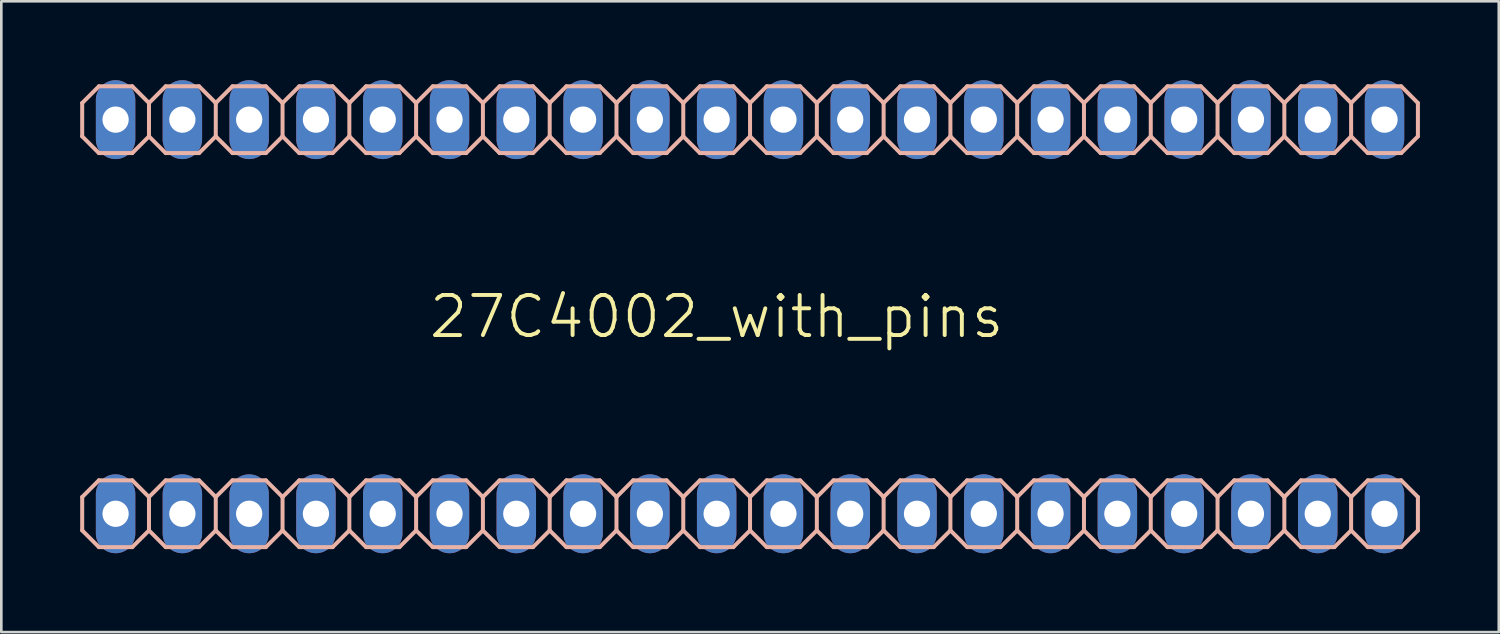
<source format=kicad_pcb>
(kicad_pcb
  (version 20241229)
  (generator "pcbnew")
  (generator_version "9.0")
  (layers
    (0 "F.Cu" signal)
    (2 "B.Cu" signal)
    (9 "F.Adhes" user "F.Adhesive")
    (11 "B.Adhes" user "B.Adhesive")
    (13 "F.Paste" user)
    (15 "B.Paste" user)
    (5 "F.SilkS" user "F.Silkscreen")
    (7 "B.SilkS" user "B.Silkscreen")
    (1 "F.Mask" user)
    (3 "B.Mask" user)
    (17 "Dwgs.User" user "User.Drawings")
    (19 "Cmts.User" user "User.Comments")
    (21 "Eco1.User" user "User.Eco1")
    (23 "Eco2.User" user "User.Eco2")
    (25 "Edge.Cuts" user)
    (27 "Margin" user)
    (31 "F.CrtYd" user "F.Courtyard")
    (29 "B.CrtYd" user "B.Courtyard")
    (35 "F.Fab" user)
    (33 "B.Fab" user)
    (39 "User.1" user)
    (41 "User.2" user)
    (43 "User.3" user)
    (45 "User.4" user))
  (footprint "27C4002_with_pins"
    (layer "F.Cu")
    (at 24.206 8.995)
    (property "Reference" "27C4002_with_pins" (at 0 0 0) (layer "F.SilkS") (effects (font (size 1.524 1.524) (thickness 0.15))))
    (attr through_hole)
    (fp_line (start -24.13 -8.128) (end -24.13 -6.858) (stroke (width 0.152) (type solid)) (layer "B.SilkS"))
    (fp_line (start -24.13 -6.858) (end -23.495 -6.223) (stroke (width 0.152) (type solid)) (layer "B.SilkS"))
    (fp_line (start -24.13 6.858) (end -24.13 8.128) (stroke (width 0.152) (type solid)) (layer "B.SilkS"))
    (fp_line (start -24.13 8.128) (end -23.495 8.763) (stroke (width 0.152) (type solid)) (layer "B.SilkS"))
    (fp_line (start -23.495 -8.763) (end -24.13 -8.128) (stroke (width 0.152) (type solid)) (layer "B.SilkS"))
    (fp_line (start -23.495 -8.763) (end -22.225 -8.763) (stroke (width 0.152) (type solid)) (layer "B.SilkS"))
    (fp_line (start -23.495 6.223) (end -24.13 6.858) (stroke (width 0.152) (type solid)) (layer "B.SilkS"))
    (fp_line (start -23.495 6.223) (end -22.225 6.223) (stroke (width 0.152) (type solid)) (layer "B.SilkS"))
    (fp_line (start -22.225 -8.763) (end -21.59 -8.128) (stroke (width 0.152) (type solid)) (layer "B.SilkS"))
    (fp_line (start -22.225 -6.223) (end -23.495 -6.223) (stroke (width 0.152) (type solid)) (layer "B.SilkS"))
    (fp_line (start -22.225 6.223) (end -21.59 6.858) (stroke (width 0.152) (type solid)) (layer "B.SilkS"))
    (fp_line (start -22.225 8.763) (end -23.495 8.763) (stroke (width 0.152) (type solid)) (layer "B.SilkS"))
    (fp_line (start -21.59 -8.128) (end -21.59 -6.858) (stroke (width 0.152) (type solid)) (layer "B.SilkS"))
    (fp_line (start -21.59 -8.128) (end -20.955 -8.763) (stroke (width 0.152) (type solid)) (layer "B.SilkS"))
    (fp_line (start -21.59 -6.858) (end -22.225 -6.223) (stroke (width 0.152) (type solid)) (layer "B.SilkS"))
    (fp_line (start -21.59 6.858) (end -21.59 8.128) (stroke (width 0.152) (type solid)) (layer "B.SilkS"))
    (fp_line (start -21.59 6.858) (end -20.955 6.223) (stroke (width 0.152) (type solid)) (layer "B.SilkS"))
    (fp_line (start -21.59 8.128) (end -22.225 8.763) (stroke (width 0.152) (type solid)) (layer "B.SilkS"))
    (fp_line (start -20.955 -8.763) (end -19.685 -8.763) (stroke (width 0.152) (type solid)) (layer "B.SilkS"))
    (fp_line (start -20.955 -6.223) (end -21.59 -6.858) (stroke (width 0.152) (type solid)) (layer "B.SilkS"))
    (fp_line (start -20.955 6.223) (end -19.685 6.223) (stroke (width 0.152) (type solid)) (layer "B.SilkS"))
    (fp_line (start -20.955 8.763) (end -21.59 8.128) (stroke (width 0.152) (type solid)) (layer "B.SilkS"))
    (fp_line (start -19.685 -8.763) (end -19.05 -8.128) (stroke (width 0.152) (type solid)) (layer "B.SilkS"))
    (fp_line (start -19.685 -6.223) (end -20.955 -6.223) (stroke (width 0.152) (type solid)) (layer "B.SilkS"))
    (fp_line (start -19.685 6.223) (end -19.05 6.858) (stroke (width 0.152) (type solid)) (layer "B.SilkS"))
    (fp_line (start -19.685 8.763) (end -20.955 8.763) (stroke (width 0.152) (type solid)) (layer "B.SilkS"))
    (fp_line (start -19.05 -8.128) (end -19.05 -6.858) (stroke (width 0.152) (type solid)) (layer "B.SilkS"))
    (fp_line (start -19.05 -8.128) (end -18.415 -8.763) (stroke (width 0.152) (type solid)) (layer "B.SilkS"))
    (fp_line (start -19.05 -6.858) (end -19.685 -6.223) (stroke (width 0.152) (type solid)) (layer "B.SilkS"))
    (fp_line (start -19.05 6.858) (end -19.05 8.128) (stroke (width 0.152) (type solid)) (layer "B.SilkS"))
    (fp_line (start -19.05 6.858) (end -18.415 6.223) (stroke (width 0.152) (type solid)) (layer "B.SilkS"))
    (fp_line (start -19.05 8.128) (end -19.685 8.763) (stroke (width 0.152) (type solid)) (layer "B.SilkS"))
    (fp_line (start -18.415 -8.763) (end -17.145 -8.763) (stroke (width 0.152) (type solid)) (layer "B.SilkS"))
    (fp_line (start -18.415 -6.223) (end -19.05 -6.858) (stroke (width 0.152) (type solid)) (layer "B.SilkS"))
    (fp_line (start -18.415 6.223) (end -17.145 6.223) (stroke (width 0.152) (type solid)) (layer "B.SilkS"))
    (fp_line (start -18.415 8.763) (end -19.05 8.128) (stroke (width 0.152) (type solid)) (layer "B.SilkS"))
    (fp_line (start -17.145 -8.763) (end -16.51 -8.128) (stroke (width 0.152) (type solid)) (layer "B.SilkS"))
    (fp_line (start -17.145 -6.223) (end -18.415 -6.223) (stroke (width 0.152) (type solid)) (layer "B.SilkS"))
    (fp_line (start -17.145 6.223) (end -16.51 6.858) (stroke (width 0.152) (type solid)) (layer "B.SilkS"))
    (fp_line (start -17.145 8.763) (end -18.415 8.763) (stroke (width 0.152) (type solid)) (layer "B.SilkS"))
    (fp_line (start -16.51 -8.128) (end -16.51 -6.858) (stroke (width 0.152) (type solid)) (layer "B.SilkS"))
    (fp_line (start -16.51 -6.858) (end -17.145 -6.223) (stroke (width 0.152) (type solid)) (layer "B.SilkS"))
    (fp_line (start -16.51 -6.858) (end -15.875 -6.223) (stroke (width 0.152) (type solid)) (layer "B.SilkS"))
    (fp_line (start -16.51 6.858) (end -16.51 8.128) (stroke (width 0.152) (type solid)) (layer "B.SilkS"))
    (fp_line (start -16.51 8.128) (end -17.145 8.763) (stroke (width 0.152) (type solid)) (layer "B.SilkS"))
    (fp_line (start -16.51 8.128) (end -15.875 8.763) (stroke (width 0.152) (type solid)) (layer "B.SilkS"))
    (fp_line (start -15.875 -8.763) (end -16.51 -8.128) (stroke (width 0.152) (type solid)) (layer "B.SilkS"))
    (fp_line (start -15.875 -8.763) (end -14.605 -8.763) (stroke (width 0.152) (type solid)) (layer "B.SilkS"))
    (fp_line (start -15.875 6.223) (end -16.51 6.858) (stroke (width 0.152) (type solid)) (layer "B.SilkS"))
    (fp_line (start -15.875 6.223) (end -14.605 6.223) (stroke (width 0.152) (type solid)) (layer "B.SilkS"))
    (fp_line (start -14.605 -8.763) (end -13.97 -8.128) (stroke (width 0.152) (type solid)) (layer "B.SilkS"))
    (fp_line (start -14.605 -6.223) (end -15.875 -6.223) (stroke (width 0.152) (type solid)) (layer "B.SilkS"))
    (fp_line (start -14.605 6.223) (end -13.97 6.858) (stroke (width 0.152) (type solid)) (layer "B.SilkS"))
    (fp_line (start -14.605 8.763) (end -15.875 8.763) (stroke (width 0.152) (type solid)) (layer "B.SilkS"))
    (fp_line (start -13.97 -8.128) (end -13.97 -6.858) (stroke (width 0.152) (type solid)) (layer "B.SilkS"))
    (fp_line (start -13.97 -8.128) (end -13.335 -8.763) (stroke (width 0.152) (type solid)) (layer "B.SilkS"))
    (fp_line (start -13.97 -6.858) (end -14.605 -6.223) (stroke (width 0.152) (type solid)) (layer "B.SilkS"))
    (fp_line (start -13.97 6.858) (end -13.97 8.128) (stroke (width 0.152) (type solid)) (layer "B.SilkS"))
    (fp_line (start -13.97 6.858) (end -13.335 6.223) (stroke (width 0.152) (type solid)) (layer "B.SilkS"))
    (fp_line (start -13.97 8.128) (end -14.605 8.763) (stroke (width 0.152) (type solid)) (layer "B.SilkS"))
    (fp_line (start -13.335 -8.763) (end -12.065 -8.763) (stroke (width 0.152) (type solid)) (layer "B.SilkS"))
    (fp_line (start -13.335 -6.223) (end -13.97 -6.858) (stroke (width 0.152) (type solid)) (layer "B.SilkS"))
    (fp_line (start -13.335 6.223) (end -12.065 6.223) (stroke (width 0.152) (type solid)) (layer "B.SilkS"))
    (fp_line (start -13.335 8.763) (end -13.97 8.128) (stroke (width 0.152) (type solid)) (layer "B.SilkS"))
    (fp_line (start -12.065 -8.763) (end -11.43 -8.128) (stroke (width 0.152) (type solid)) (layer "B.SilkS"))
    (fp_line (start -12.065 -6.223) (end -13.335 -6.223) (stroke (width 0.152) (type solid)) (layer "B.SilkS"))
    (fp_line (start -12.065 6.223) (end -11.43 6.858) (stroke (width 0.152) (type solid)) (layer "B.SilkS"))
    (fp_line (start -12.065 8.763) (end -13.335 8.763) (stroke (width 0.152) (type solid)) (layer "B.SilkS"))
    (fp_line (start -11.43 -8.128) (end -11.43 -6.858) (stroke (width 0.152) (type solid)) (layer "B.SilkS"))
    (fp_line (start -11.43 -8.128) (end -10.795 -8.763) (stroke (width 0.152) (type solid)) (layer "B.SilkS"))
    (fp_line (start -11.43 -6.858) (end -12.065 -6.223) (stroke (width 0.152) (type solid)) (layer "B.SilkS"))
    (fp_line (start -11.43 6.858) (end -11.43 8.128) (stroke (width 0.152) (type solid)) (layer "B.SilkS"))
    (fp_line (start -11.43 6.858) (end -10.795 6.223) (stroke (width 0.152) (type solid)) (layer "B.SilkS"))
    (fp_line (start -11.43 8.128) (end -12.065 8.763) (stroke (width 0.152) (type solid)) (layer "B.SilkS"))
    (fp_line (start -10.795 -8.763) (end -9.525 -8.763) (stroke (width 0.152) (type solid)) (layer "B.SilkS"))
    (fp_line (start -10.795 -6.223) (end -11.43 -6.858) (stroke (width 0.152) (type solid)) (layer "B.SilkS"))
    (fp_line (start -10.795 6.223) (end -9.525 6.223) (stroke (width 0.152) (type solid)) (layer "B.SilkS"))
    (fp_line (start -10.795 8.763) (end -11.43 8.128) (stroke (width 0.152) (type solid)) (layer "B.SilkS"))
    (fp_line (start -9.525 -8.763) (end -8.89 -8.128) (stroke (width 0.152) (type solid)) (layer "B.SilkS"))
    (fp_line (start -9.525 -6.223) (end -10.795 -6.223) (stroke (width 0.152) (type solid)) (layer "B.SilkS"))
    (fp_line (start -9.525 6.223) (end -8.89 6.858) (stroke (width 0.152) (type solid)) (layer "B.SilkS"))
    (fp_line (start -9.525 8.763) (end -10.795 8.763) (stroke (width 0.152) (type solid)) (layer "B.SilkS"))
    (fp_line (start -8.89 -8.128) (end -8.89 -6.858) (stroke (width 0.152) (type solid)) (layer "B.SilkS"))
    (fp_line (start -8.89 -6.858) (end -9.525 -6.223) (stroke (width 0.152) (type solid)) (layer "B.SilkS"))
    (fp_line (start -8.89 -6.858) (end -8.255 -6.223) (stroke (width 0.152) (type solid)) (layer "B.SilkS"))
    (fp_line (start -8.89 6.858) (end -8.89 8.128) (stroke (width 0.152) (type solid)) (layer "B.SilkS"))
    (fp_line (start -8.89 8.128) (end -9.525 8.763) (stroke (width 0.152) (type solid)) (layer "B.SilkS"))
    (fp_line (start -8.89 8.128) (end -8.255 8.763) (stroke (width 0.152) (type solid)) (layer "B.SilkS"))
    (fp_line (start -8.255 -8.763) (end -8.89 -8.128) (stroke (width 0.152) (type solid)) (layer "B.SilkS"))
    (fp_line (start -8.255 -8.763) (end -6.985 -8.763) (stroke (width 0.152) (type solid)) (layer "B.SilkS"))
    (fp_line (start -8.255 6.223) (end -8.89 6.858) (stroke (width 0.152) (type solid)) (layer "B.SilkS"))
    (fp_line (start -8.255 6.223) (end -6.985 6.223) (stroke (width 0.152) (type solid)) (layer "B.SilkS"))
    (fp_line (start -6.985 -8.763) (end -6.35 -8.128) (stroke (width 0.152) (type solid)) (layer "B.SilkS"))
    (fp_line (start -6.985 -6.223) (end -8.255 -6.223) (stroke (width 0.152) (type solid)) (layer "B.SilkS"))
    (fp_line (start -6.985 6.223) (end -6.35 6.858) (stroke (width 0.152) (type solid)) (layer "B.SilkS"))
    (fp_line (start -6.985 8.763) (end -8.255 8.763) (stroke (width 0.152) (type solid)) (layer "B.SilkS"))
    (fp_line (start -6.35 -8.128) (end -6.35 -6.858) (stroke (width 0.152) (type solid)) (layer "B.SilkS"))
    (fp_line (start -6.35 -8.128) (end -5.715 -8.763) (stroke (width 0.152) (type solid)) (layer "B.SilkS"))
    (fp_line (start -6.35 -6.858) (end -6.985 -6.223) (stroke (width 0.152) (type solid)) (layer "B.SilkS"))
    (fp_line (start -6.35 6.858) (end -6.35 8.128) (stroke (width 0.152) (type solid)) (layer "B.SilkS"))
    (fp_line (start -6.35 6.858) (end -5.715 6.223) (stroke (width 0.152) (type solid)) (layer "B.SilkS"))
    (fp_line (start -6.35 8.128) (end -6.985 8.763) (stroke (width 0.152) (type solid)) (layer "B.SilkS"))
    (fp_line (start -5.715 -8.763) (end -4.445 -8.763) (stroke (width 0.152) (type solid)) (layer "B.SilkS"))
    (fp_line (start -5.715 -6.223) (end -6.35 -6.858) (stroke (width 0.152) (type solid)) (layer "B.SilkS"))
    (fp_line (start -5.715 6.223) (end -4.445 6.223) (stroke (width 0.152) (type solid)) (layer "B.SilkS"))
    (fp_line (start -5.715 8.763) (end -6.35 8.128) (stroke (width 0.152) (type solid)) (layer "B.SilkS"))
    (fp_line (start -4.445 -8.763) (end -3.81 -8.128) (stroke (width 0.152) (type solid)) (layer "B.SilkS"))
    (fp_line (start -4.445 -6.223) (end -5.715 -6.223) (stroke (width 0.152) (type solid)) (layer "B.SilkS"))
    (fp_line (start -4.445 6.223) (end -3.81 6.858) (stroke (width 0.152) (type solid)) (layer "B.SilkS"))
    (fp_line (start -4.445 8.763) (end -5.715 8.763) (stroke (width 0.152) (type solid)) (layer "B.SilkS"))
    (fp_line (start -3.81 -8.128) (end -3.81 -6.858) (stroke (width 0.152) (type solid)) (layer "B.SilkS"))
    (fp_line (start -3.81 -8.128) (end -3.175 -8.763) (stroke (width 0.152) (type solid)) (layer "B.SilkS"))
    (fp_line (start -3.81 -6.858) (end -4.445 -6.223) (stroke (width 0.152) (type solid)) (layer "B.SilkS"))
    (fp_line (start -3.81 6.858) (end -3.81 8.128) (stroke (width 0.152) (type solid)) (layer "B.SilkS"))
    (fp_line (start -3.81 6.858) (end -3.175 6.223) (stroke (width 0.152) (type solid)) (layer "B.SilkS"))
    (fp_line (start -3.81 8.128) (end -4.445 8.763) (stroke (width 0.152) (type solid)) (layer "B.SilkS"))
    (fp_line (start -3.175 -8.763) (end -1.905 -8.763) (stroke (width 0.152) (type solid)) (layer "B.SilkS"))
    (fp_line (start -3.175 -6.223) (end -3.81 -6.858) (stroke (width 0.152) (type solid)) (layer "B.SilkS"))
    (fp_line (start -3.175 6.223) (end -1.905 6.223) (stroke (width 0.152) (type solid)) (layer "B.SilkS"))
    (fp_line (start -3.175 8.763) (end -3.81 8.128) (stroke (width 0.152) (type solid)) (layer "B.SilkS"))
    (fp_line (start -1.905 -8.763) (end -1.27 -8.128) (stroke (width 0.152) (type solid)) (layer "B.SilkS"))
    (fp_line (start -1.905 -6.223) (end -3.175 -6.223) (stroke (width 0.152) (type solid)) (layer "B.SilkS"))
    (fp_line (start -1.905 6.223) (end -1.27 6.858) (stroke (width 0.152) (type solid)) (layer "B.SilkS"))
    (fp_line (start -1.905 8.763) (end -3.175 8.763) (stroke (width 0.152) (type solid)) (layer "B.SilkS"))
    (fp_line (start -1.27 -8.128) (end -1.27 -6.858) (stroke (width 0.152) (type solid)) (layer "B.SilkS"))
    (fp_line (start -1.27 -6.858) (end -1.905 -6.223) (stroke (width 0.152) (type solid)) (layer "B.SilkS"))
    (fp_line (start -1.27 -6.858) (end -0.635 -6.223) (stroke (width 0.152) (type solid)) (layer "B.SilkS"))
    (fp_line (start -1.27 6.858) (end -1.27 8.128) (stroke (width 0.152) (type solid)) (layer "B.SilkS"))
    (fp_line (start -1.27 8.128) (end -1.905 8.763) (stroke (width 0.152) (type solid)) (layer "B.SilkS"))
    (fp_line (start -1.27 8.128) (end -0.635 8.763) (stroke (width 0.152) (type solid)) (layer "B.SilkS"))
    (fp_line (start -0.635 -8.763) (end -1.27 -8.128) (stroke (width 0.152) (type solid)) (layer "B.SilkS"))
    (fp_line (start -0.635 -8.763) (end 0.635 -8.763) (stroke (width 0.152) (type solid)) (layer "B.SilkS"))
    (fp_line (start -0.635 6.223) (end -1.27 6.858) (stroke (width 0.152) (type solid)) (layer "B.SilkS"))
    (fp_line (start -0.635 6.223) (end 0.635 6.223) (stroke (width 0.152) (type solid)) (layer "B.SilkS"))
    (fp_line (start 0.635 -8.763) (end 1.27 -8.128) (stroke (width 0.152) (type solid)) (layer "B.SilkS"))
    (fp_line (start 0.635 -6.223) (end -0.635 -6.223) (stroke (width 0.152) (type solid)) (layer "B.SilkS"))
    (fp_line (start 0.635 6.223) (end 1.27 6.858) (stroke (width 0.152) (type solid)) (layer "B.SilkS"))
    (fp_line (start 0.635 8.763) (end -0.635 8.763) (stroke (width 0.152) (type solid)) (layer "B.SilkS"))
    (fp_line (start 1.27 -8.128) (end 1.27 -6.858) (stroke (width 0.152) (type solid)) (layer "B.SilkS"))
    (fp_line (start 1.27 -8.128) (end 1.905 -8.763) (stroke (width 0.152) (type solid)) (layer "B.SilkS"))
    (fp_line (start 1.27 -6.858) (end 0.635 -6.223) (stroke (width 0.152) (type solid)) (layer "B.SilkS"))
    (fp_line (start 1.27 6.858) (end 1.27 8.128) (stroke (width 0.152) (type solid)) (layer "B.SilkS"))
    (fp_line (start 1.27 6.858) (end 1.905 6.223) (stroke (width 0.152) (type solid)) (layer "B.SilkS"))
    (fp_line (start 1.27 8.128) (end 0.635 8.763) (stroke (width 0.152) (type solid)) (layer "B.SilkS"))
    (fp_line (start 1.905 -8.763) (end 3.175 -8.763) (stroke (width 0.152) (type solid)) (layer "B.SilkS"))
    (fp_line (start 1.905 -6.223) (end 1.27 -6.858) (stroke (width 0.152) (type solid)) (layer "B.SilkS"))
    (fp_line (start 1.905 6.223) (end 3.175 6.223) (stroke (width 0.152) (type solid)) (layer "B.SilkS"))
    (fp_line (start 1.905 8.763) (end 1.27 8.128) (stroke (width 0.152) (type solid)) (layer "B.SilkS"))
    (fp_line (start 3.175 -8.763) (end 3.81 -8.128) (stroke (width 0.152) (type solid)) (layer "B.SilkS"))
    (fp_line (start 3.175 -6.223) (end 1.905 -6.223) (stroke (width 0.152) (type solid)) (layer "B.SilkS"))
    (fp_line (start 3.175 6.223) (end 3.81 6.858) (stroke (width 0.152) (type solid)) (layer "B.SilkS"))
    (fp_line (start 3.175 8.763) (end 1.905 8.763) (stroke (width 0.152) (type solid)) (layer "B.SilkS"))
    (fp_line (start 3.81 -8.128) (end 3.81 -6.858) (stroke (width 0.152) (type solid)) (layer "B.SilkS"))
    (fp_line (start 3.81 -8.128) (end 4.445 -8.763) (stroke (width 0.152) (type solid)) (layer "B.SilkS"))
    (fp_line (start 3.81 -6.858) (end 3.175 -6.223) (stroke (width 0.152) (type solid)) (layer "B.SilkS"))
    (fp_line (start 3.81 6.858) (end 3.81 8.128) (stroke (width 0.152) (type solid)) (layer "B.SilkS"))
    (fp_line (start 3.81 6.858) (end 4.445 6.223) (stroke (width 0.152) (type solid)) (layer "B.SilkS"))
    (fp_line (start 3.81 8.128) (end 3.175 8.763) (stroke (width 0.152) (type solid)) (layer "B.SilkS"))
    (fp_line (start 4.445 -8.763) (end 5.715 -8.763) (stroke (width 0.152) (type solid)) (layer "B.SilkS"))
    (fp_line (start 4.445 -6.223) (end 3.81 -6.858) (stroke (width 0.152) (type solid)) (layer "B.SilkS"))
    (fp_line (start 4.445 6.223) (end 5.715 6.223) (stroke (width 0.152) (type solid)) (layer "B.SilkS"))
    (fp_line (start 4.445 8.763) (end 3.81 8.128) (stroke (width 0.152) (type solid)) (layer "B.SilkS"))
    (fp_line (start 5.715 -8.763) (end 6.35 -8.128) (stroke (width 0.152) (type solid)) (layer "B.SilkS"))
    (fp_line (start 5.715 -6.223) (end 4.445 -6.223) (stroke (width 0.152) (type solid)) (layer "B.SilkS"))
    (fp_line (start 5.715 6.223) (end 6.35 6.858) (stroke (width 0.152) (type solid)) (layer "B.SilkS"))
    (fp_line (start 5.715 8.763) (end 4.445 8.763) (stroke (width 0.152) (type solid)) (layer "B.SilkS"))
    (fp_line (start 6.35 -8.128) (end 6.35 -6.858) (stroke (width 0.152) (type solid)) (layer "B.SilkS"))
    (fp_line (start 6.35 -6.858) (end 5.715 -6.223) (stroke (width 0.152) (type solid)) (layer "B.SilkS"))
    (fp_line (start 6.35 -6.858) (end 6.985 -6.223) (stroke (width 0.152) (type solid)) (layer "B.SilkS"))
    (fp_line (start 6.35 6.858) (end 6.35 8.128) (stroke (width 0.152) (type solid)) (layer "B.SilkS"))
    (fp_line (start 6.35 8.128) (end 5.715 8.763) (stroke (width 0.152) (type solid)) (layer "B.SilkS"))
    (fp_line (start 6.35 8.128) (end 6.985 8.763) (stroke (width 0.152) (type solid)) (layer "B.SilkS"))
    (fp_line (start 6.985 -8.763) (end 6.35 -8.128) (stroke (width 0.152) (type solid)) (layer "B.SilkS"))
    (fp_line (start 6.985 -8.763) (end 8.255 -8.763) (stroke (width 0.152) (type solid)) (layer "B.SilkS"))
    (fp_line (start 6.985 6.223) (end 6.35 6.858) (stroke (width 0.152) (type solid)) (layer "B.SilkS"))
    (fp_line (start 6.985 6.223) (end 8.255 6.223) (stroke (width 0.152) (type solid)) (layer "B.SilkS"))
    (fp_line (start 8.255 -8.763) (end 8.89 -8.128) (stroke (width 0.152) (type solid)) (layer "B.SilkS"))
    (fp_line (start 8.255 -6.223) (end 6.985 -6.223) (stroke (width 0.152) (type solid)) (layer "B.SilkS"))
    (fp_line (start 8.255 6.223) (end 8.89 6.858) (stroke (width 0.152) (type solid)) (layer "B.SilkS"))
    (fp_line (start 8.255 8.763) (end 6.985 8.763) (stroke (width 0.152) (type solid)) (layer "B.SilkS"))
    (fp_line (start 8.89 -8.128) (end 8.89 -6.858) (stroke (width 0.152) (type solid)) (layer "B.SilkS"))
    (fp_line (start 8.89 -8.128) (end 9.525 -8.763) (stroke (width 0.152) (type solid)) (layer "B.SilkS"))
    (fp_line (start 8.89 -6.858) (end 8.255 -6.223) (stroke (width 0.152) (type solid)) (layer "B.SilkS"))
    (fp_line (start 8.89 6.858) (end 8.89 8.128) (stroke (width 0.152) (type solid)) (layer "B.SilkS"))
    (fp_line (start 8.89 6.858) (end 9.525 6.223) (stroke (width 0.152) (type solid)) (layer "B.SilkS"))
    (fp_line (start 8.89 8.128) (end 8.255 8.763) (stroke (width 0.152) (type solid)) (layer "B.SilkS"))
    (fp_line (start 9.525 -8.763) (end 10.795 -8.763) (stroke (width 0.152) (type solid)) (layer "B.SilkS"))
    (fp_line (start 9.525 -6.223) (end 8.89 -6.858) (stroke (width 0.152) (type solid)) (layer "B.SilkS"))
    (fp_line (start 9.525 6.223) (end 10.795 6.223) (stroke (width 0.152) (type solid)) (layer "B.SilkS"))
    (fp_line (start 9.525 8.763) (end 8.89 8.128) (stroke (width 0.152) (type solid)) (layer "B.SilkS"))
    (fp_line (start 10.795 -8.763) (end 11.43 -8.128) (stroke (width 0.152) (type solid)) (layer "B.SilkS"))
    (fp_line (start 10.795 -6.223) (end 9.525 -6.223) (stroke (width 0.152) (type solid)) (layer "B.SilkS"))
    (fp_line (start 10.795 6.223) (end 11.43 6.858) (stroke (width 0.152) (type solid)) (layer "B.SilkS"))
    (fp_line (start 10.795 8.763) (end 9.525 8.763) (stroke (width 0.152) (type solid)) (layer "B.SilkS"))
    (fp_line (start 11.43 -8.128) (end 11.43 -6.858) (stroke (width 0.152) (type solid)) (layer "B.SilkS"))
    (fp_line (start 11.43 -8.128) (end 12.065 -8.763) (stroke (width 0.152) (type solid)) (layer "B.SilkS"))
    (fp_line (start 11.43 -6.858) (end 10.795 -6.223) (stroke (width 0.152) (type solid)) (layer "B.SilkS"))
    (fp_line (start 11.43 6.858) (end 11.43 8.128) (stroke (width 0.152) (type solid)) (layer "B.SilkS"))
    (fp_line (start 11.43 6.858) (end 12.065 6.223) (stroke (width 0.152) (type solid)) (layer "B.SilkS"))
    (fp_line (start 11.43 8.128) (end 10.795 8.763) (stroke (width 0.152) (type solid)) (layer "B.SilkS"))
    (fp_line (start 12.065 -8.763) (end 13.335 -8.763) (stroke (width 0.152) (type solid)) (layer "B.SilkS"))
    (fp_line (start 12.065 -6.223) (end 11.43 -6.858) (stroke (width 0.152) (type solid)) (layer "B.SilkS"))
    (fp_line (start 12.065 6.223) (end 13.335 6.223) (stroke (width 0.152) (type solid)) (layer "B.SilkS"))
    (fp_line (start 12.065 8.763) (end 11.43 8.128) (stroke (width 0.152) (type solid)) (layer "B.SilkS"))
    (fp_line (start 13.335 -8.763) (end 13.97 -8.128) (stroke (width 0.152) (type solid)) (layer "B.SilkS"))
    (fp_line (start 13.335 -6.223) (end 12.065 -6.223) (stroke (width 0.152) (type solid)) (layer "B.SilkS"))
    (fp_line (start 13.335 6.223) (end 13.97 6.858) (stroke (width 0.152) (type solid)) (layer "B.SilkS"))
    (fp_line (start 13.335 8.763) (end 12.065 8.763) (stroke (width 0.152) (type solid)) (layer "B.SilkS"))
    (fp_line (start 13.97 -8.128) (end 13.97 -6.858) (stroke (width 0.152) (type solid)) (layer "B.SilkS"))
    (fp_line (start 13.97 -6.858) (end 13.335 -6.223) (stroke (width 0.152) (type solid)) (layer "B.SilkS"))
    (fp_line (start 13.97 -6.858) (end 14.605 -6.223) (stroke (width 0.152) (type solid)) (layer "B.SilkS"))
    (fp_line (start 13.97 6.858) (end 13.97 8.128) (stroke (width 0.152) (type solid)) (layer "B.SilkS"))
    (fp_line (start 13.97 8.128) (end 13.335 8.763) (stroke (width 0.152) (type solid)) (layer "B.SilkS"))
    (fp_line (start 13.97 8.128) (end 14.605 8.763) (stroke (width 0.152) (type solid)) (layer "B.SilkS"))
    (fp_line (start 14.605 -8.763) (end 13.97 -8.128) (stroke (width 0.152) (type solid)) (layer "B.SilkS"))
    (fp_line (start 14.605 -8.763) (end 15.875 -8.763) (stroke (width 0.152) (type solid)) (layer "B.SilkS"))
    (fp_line (start 14.605 6.223) (end 13.97 6.858) (stroke (width 0.152) (type solid)) (layer "B.SilkS"))
    (fp_line (start 14.605 6.223) (end 15.875 6.223) (stroke (width 0.152) (type solid)) (layer "B.SilkS"))
    (fp_line (start 15.875 -8.763) (end 16.51 -8.128) (stroke (width 0.152) (type solid)) (layer "B.SilkS"))
    (fp_line (start 15.875 -6.223) (end 14.605 -6.223) (stroke (width 0.152) (type solid)) (layer "B.SilkS"))
    (fp_line (start 15.875 6.223) (end 16.51 6.858) (stroke (width 0.152) (type solid)) (layer "B.SilkS"))
    (fp_line (start 15.875 8.763) (end 14.605 8.763) (stroke (width 0.152) (type solid)) (layer "B.SilkS"))
    (fp_line (start 16.51 -8.128) (end 16.51 -6.858) (stroke (width 0.152) (type solid)) (layer "B.SilkS"))
    (fp_line (start 16.51 -8.128) (end 17.145 -8.763) (stroke (width 0.152) (type solid)) (layer "B.SilkS"))
    (fp_line (start 16.51 -6.858) (end 15.875 -6.223) (stroke (width 0.152) (type solid)) (layer "B.SilkS"))
    (fp_line (start 16.51 6.858) (end 16.51 8.128) (stroke (width 0.152) (type solid)) (layer "B.SilkS"))
    (fp_line (start 16.51 6.858) (end 17.145 6.223) (stroke (width 0.152) (type solid)) (layer "B.SilkS"))
    (fp_line (start 16.51 8.128) (end 15.875 8.763) (stroke (width 0.152) (type solid)) (layer "B.SilkS"))
    (fp_line (start 17.145 -8.763) (end 18.415 -8.763) (stroke (width 0.152) (type solid)) (layer "B.SilkS"))
    (fp_line (start 17.145 -6.223) (end 16.51 -6.858) (stroke (width 0.152) (type solid)) (layer "B.SilkS"))
    (fp_line (start 17.145 6.223) (end 18.415 6.223) (stroke (width 0.152) (type solid)) (layer "B.SilkS"))
    (fp_line (start 17.145 8.763) (end 16.51 8.128) (stroke (width 0.152) (type solid)) (layer "B.SilkS"))
    (fp_line (start 18.415 -8.763) (end 19.05 -8.128) (stroke (width 0.152) (type solid)) (layer "B.SilkS"))
    (fp_line (start 18.415 -6.223) (end 17.145 -6.223) (stroke (width 0.152) (type solid)) (layer "B.SilkS"))
    (fp_line (start 18.415 6.223) (end 19.05 6.858) (stroke (width 0.152) (type solid)) (layer "B.SilkS"))
    (fp_line (start 18.415 8.763) (end 17.145 8.763) (stroke (width 0.152) (type solid)) (layer "B.SilkS"))
    (fp_line (start 19.05 -8.128) (end 19.05 -6.858) (stroke (width 0.152) (type solid)) (layer "B.SilkS"))
    (fp_line (start 19.05 -8.128) (end 19.685 -8.763) (stroke (width 0.152) (type solid)) (layer "B.SilkS"))
    (fp_line (start 19.05 -6.858) (end 18.415 -6.223) (stroke (width 0.152) (type solid)) (layer "B.SilkS"))
    (fp_line (start 19.05 6.858) (end 19.05 8.128) (stroke (width 0.152) (type solid)) (layer "B.SilkS"))
    (fp_line (start 19.05 6.858) (end 19.685 6.223) (stroke (width 0.152) (type solid)) (layer "B.SilkS"))
    (fp_line (start 19.05 8.128) (end 18.415 8.763) (stroke (width 0.152) (type solid)) (layer "B.SilkS"))
    (fp_line (start 19.685 -8.763) (end 20.955 -8.763) (stroke (width 0.152) (type solid)) (layer "B.SilkS"))
    (fp_line (start 19.685 -6.223) (end 19.05 -6.858) (stroke (width 0.152) (type solid)) (layer "B.SilkS"))
    (fp_line (start 19.685 6.223) (end 20.955 6.223) (stroke (width 0.152) (type solid)) (layer "B.SilkS"))
    (fp_line (start 19.685 8.763) (end 19.05 8.128) (stroke (width 0.152) (type solid)) (layer "B.SilkS"))
    (fp_line (start 20.955 -8.763) (end 21.59 -8.128) (stroke (width 0.152) (type solid)) (layer "B.SilkS"))
    (fp_line (start 20.955 -6.223) (end 19.685 -6.223) (stroke (width 0.152) (type solid)) (layer "B.SilkS"))
    (fp_line (start 20.955 6.223) (end 21.59 6.858) (stroke (width 0.152) (type solid)) (layer "B.SilkS"))
    (fp_line (start 20.955 8.763) (end 19.685 8.763) (stroke (width 0.152) (type solid)) (layer "B.SilkS"))
    (fp_line (start 21.59 -8.128) (end 21.59 -6.858) (stroke (width 0.152) (type solid)) (layer "B.SilkS"))
    (fp_line (start 21.59 -6.858) (end 20.955 -6.223) (stroke (width 0.152) (type solid)) (layer "B.SilkS"))
    (fp_line (start 21.59 -6.858) (end 22.225 -6.223) (stroke (width 0.152) (type solid)) (layer "B.SilkS"))
    (fp_line (start 21.59 6.858) (end 21.59 8.128) (stroke (width 0.152) (type solid)) (layer "B.SilkS"))
    (fp_line (start 21.59 8.128) (end 20.955 8.763) (stroke (width 0.152) (type solid)) (layer "B.SilkS"))
    (fp_line (start 21.59 8.128) (end 22.225 8.763) (stroke (width 0.152) (type solid)) (layer "B.SilkS"))
    (fp_line (start 22.225 -8.763) (end 21.59 -8.128) (stroke (width 0.152) (type solid)) (layer "B.SilkS"))
    (fp_line (start 22.225 -8.763) (end 23.495 -8.763) (stroke (width 0.152) (type solid)) (layer "B.SilkS"))
    (fp_line (start 22.225 6.223) (end 21.59 6.858) (stroke (width 0.152) (type solid)) (layer "B.SilkS"))
    (fp_line (start 22.225 6.223) (end 23.495 6.223) (stroke (width 0.152) (type solid)) (layer "B.SilkS"))
    (fp_line (start 23.495 -8.763) (end 24.13 -8.128) (stroke (width 0.152) (type solid)) (layer "B.SilkS"))
    (fp_line (start 23.495 -6.223) (end 22.225 -6.223) (stroke (width 0.152) (type solid)) (layer "B.SilkS"))
    (fp_line (start 23.495 6.223) (end 24.13 6.858) (stroke (width 0.152) (type solid)) (layer "B.SilkS"))
    (fp_line (start 23.495 8.763) (end 22.225 8.763) (stroke (width 0.152) (type solid)) (layer "B.SilkS"))
    (fp_line (start 24.13 -8.128) (end 24.13 -6.858) (stroke (width 0.152) (type solid)) (layer "B.SilkS"))
    (fp_line (start 24.13 -6.858) (end 23.495 -6.223) (stroke (width 0.152) (type solid)) (layer "B.SilkS"))
    (fp_line (start 24.13 -6.858) (end 24.765 -6.223) (stroke (width 0.152) (type solid)) (layer "B.SilkS"))
    (fp_line (start 24.13 6.858) (end 24.13 8.128) (stroke (width 0.152) (type solid)) (layer "B.SilkS"))
    (fp_line (start 24.13 8.128) (end 23.495 8.763) (stroke (width 0.152) (type solid)) (layer "B.SilkS"))
    (fp_line (start 24.13 8.128) (end 24.765 8.763) (stroke (width 0.152) (type solid)) (layer "B.SilkS"))
    (fp_line (start 24.765 -8.763) (end 24.13 -8.128) (stroke (width 0.152) (type solid)) (layer "B.SilkS"))
    (fp_line (start 24.765 -8.763) (end 26.035 -8.763) (stroke (width 0.152) (type solid)) (layer "B.SilkS"))
    (fp_line (start 24.765 6.223) (end 24.13 6.858) (stroke (width 0.152) (type solid)) (layer "B.SilkS"))
    (fp_line (start 24.765 6.223) (end 26.035 6.223) (stroke (width 0.152) (type solid)) (layer "B.SilkS"))
    (fp_line (start 26.035 -8.763) (end 26.67 -8.128) (stroke (width 0.152) (type solid)) (layer "B.SilkS"))
    (fp_line (start 26.035 -6.223) (end 24.765 -6.223) (stroke (width 0.152) (type solid)) (layer "B.SilkS"))
    (fp_line (start 26.035 6.223) (end 26.67 6.858) (stroke (width 0.152) (type solid)) (layer "B.SilkS"))
    (fp_line (start 26.035 8.763) (end 24.765 8.763) (stroke (width 0.152) (type solid)) (layer "B.SilkS"))
    (fp_line (start 26.67 -8.128) (end 26.67 -6.858) (stroke (width 0.152) (type solid)) (layer "B.SilkS"))
    (fp_line (start 26.67 -6.858) (end 26.035 -6.223) (stroke (width 0.152) (type solid)) (layer "B.SilkS"))
    (fp_line (start 26.67 6.858) (end 26.67 8.128) (stroke (width 0.152) (type solid)) (layer "B.SilkS"))
    (fp_line (start 26.67 8.128) (end 26.035 8.763) (stroke (width 0.152) (type solid)) (layer "B.SilkS"))
    (fp_poly (pts (xy -23.114 -7.239) (xy -22.606 -7.239) (xy -22.606 -7.747) (xy -23.114 -7.747)) (stroke (width 0.1) (type solid)) (fill no) (layer "Dwgs.User"))
    (fp_poly (pts (xy -23.114 7.747) (xy -22.606 7.747) (xy -22.606 7.239) (xy -23.114 7.239)) (stroke (width 0.1) (type solid)) (fill no) (layer "Dwgs.User"))
    (fp_poly (pts (xy -20.574 -7.239) (xy -20.066 -7.239) (xy -20.066 -7.747) (xy -20.574 -7.747)) (stroke (width 0.1) (type solid)) (fill no) (layer "Dwgs.User"))
    (fp_poly (pts (xy -20.574 7.747) (xy -20.066 7.747) (xy -20.066 7.239) (xy -20.574 7.239)) (stroke (width 0.1) (type solid)) (fill no) (layer "Dwgs.User"))
    (fp_poly (pts (xy -18.034 -7.239) (xy -17.526 -7.239) (xy -17.526 -7.747) (xy -18.034 -7.747)) (stroke (width 0.1) (type solid)) (fill no) (layer "Dwgs.User"))
    (fp_poly (pts (xy -18.034 7.747) (xy -17.526 7.747) (xy -17.526 7.239) (xy -18.034 7.239)) (stroke (width 0.1) (type solid)) (fill no) (layer "Dwgs.User"))
    (fp_poly (pts (xy -15.494 -7.239) (xy -14.986 -7.239) (xy -14.986 -7.747) (xy -15.494 -7.747)) (stroke (width 0.1) (type solid)) (fill no) (layer "Dwgs.User"))
    (fp_poly (pts (xy -15.494 7.747) (xy -14.986 7.747) (xy -14.986 7.239) (xy -15.494 7.239)) (stroke (width 0.1) (type solid)) (fill no) (layer "Dwgs.User"))
    (fp_poly (pts (xy -12.954 -7.239) (xy -12.446 -7.239) (xy -12.446 -7.747) (xy -12.954 -7.747)) (stroke (width 0.1) (type solid)) (fill no) (layer "Dwgs.User"))
    (fp_poly (pts (xy -12.954 7.747) (xy -12.446 7.747) (xy -12.446 7.239) (xy -12.954 7.239)) (stroke (width 0.1) (type solid)) (fill no) (layer "Dwgs.User"))
    (fp_poly (pts (xy -10.414 -7.239) (xy -9.906 -7.239) (xy -9.906 -7.747) (xy -10.414 -7.747)) (stroke (width 0.1) (type solid)) (fill no) (layer "Dwgs.User"))
    (fp_poly (pts (xy -10.414 7.747) (xy -9.906 7.747) (xy -9.906 7.239) (xy -10.414 7.239)) (stroke (width 0.1) (type solid)) (fill no) (layer "Dwgs.User"))
    (fp_poly (pts (xy -7.874 -7.239) (xy -7.366 -7.239) (xy -7.366 -7.747) (xy -7.874 -7.747)) (stroke (width 0.1) (type solid)) (fill no) (layer "Dwgs.User"))
    (fp_poly (pts (xy -7.874 7.747) (xy -7.366 7.747) (xy -7.366 7.239) (xy -7.874 7.239)) (stroke (width 0.1) (type solid)) (fill no) (layer "Dwgs.User"))
    (fp_poly (pts (xy -5.334 -7.239) (xy -4.826 -7.239) (xy -4.826 -7.747) (xy -5.334 -7.747)) (stroke (width 0.1) (type solid)) (fill no) (layer "Dwgs.User"))
    (fp_poly (pts (xy -5.334 7.747) (xy -4.826 7.747) (xy -4.826 7.239) (xy -5.334 7.239)) (stroke (width 0.1) (type solid)) (fill no) (layer "Dwgs.User"))
    (fp_poly (pts (xy -2.794 -7.239) (xy -2.286 -7.239) (xy -2.286 -7.747) (xy -2.794 -7.747)) (stroke (width 0.1) (type solid)) (fill no) (layer "Dwgs.User"))
    (fp_poly (pts (xy -2.794 7.747) (xy -2.286 7.747) (xy -2.286 7.239) (xy -2.794 7.239)) (stroke (width 0.1) (type solid)) (fill no) (layer "Dwgs.User"))
    (fp_poly (pts (xy -0.254 -7.239) (xy 0.254 -7.239) (xy 0.254 -7.747) (xy -0.254 -7.747)) (stroke (width 0.1) (type solid)) (fill no) (layer "Dwgs.User"))
    (fp_poly (pts (xy -0.254 7.747) (xy 0.254 7.747) (xy 0.254 7.239) (xy -0.254 7.239)) (stroke (width 0.1) (type solid)) (fill no) (layer "Dwgs.User"))
    (fp_poly (pts (xy 2.286 -7.239) (xy 2.794 -7.239) (xy 2.794 -7.747) (xy 2.286 -7.747)) (stroke (width 0.1) (type solid)) (fill no) (layer "Dwgs.User"))
    (fp_poly (pts (xy 2.286 7.747) (xy 2.794 7.747) (xy 2.794 7.239) (xy 2.286 7.239)) (stroke (width 0.1) (type solid)) (fill no) (layer "Dwgs.User"))
    (fp_poly (pts (xy 4.826 -7.239) (xy 5.334 -7.239) (xy 5.334 -7.747) (xy 4.826 -7.747)) (stroke (width 0.1) (type solid)) (fill no) (layer "Dwgs.User"))
    (fp_poly (pts (xy 4.826 7.747) (xy 5.334 7.747) (xy 5.334 7.239) (xy 4.826 7.239)) (stroke (width 0.1) (type solid)) (fill no) (layer "Dwgs.User"))
    (fp_poly (pts (xy 7.366 -7.239) (xy 7.874 -7.239) (xy 7.874 -7.747) (xy 7.366 -7.747)) (stroke (width 0.1) (type solid)) (fill no) (layer "Dwgs.User"))
    (fp_poly (pts (xy 7.366 7.747) (xy 7.874 7.747) (xy 7.874 7.239) (xy 7.366 7.239)) (stroke (width 0.1) (type solid)) (fill no) (layer "Dwgs.User"))
    (fp_poly (pts (xy 9.906 -7.239) (xy 10.414 -7.239) (xy 10.414 -7.747) (xy 9.906 -7.747)) (stroke (width 0.1) (type solid)) (fill no) (layer "Dwgs.User"))
    (fp_poly (pts (xy 9.906 7.747) (xy 10.414 7.747) (xy 10.414 7.239) (xy 9.906 7.239)) (stroke (width 0.1) (type solid)) (fill no) (layer "Dwgs.User"))
    (fp_poly (pts (xy 12.446 -7.239) (xy 12.954 -7.239) (xy 12.954 -7.747) (xy 12.446 -7.747)) (stroke (width 0.1) (type solid)) (fill no) (layer "Dwgs.User"))
    (fp_poly (pts (xy 12.446 7.747) (xy 12.954 7.747) (xy 12.954 7.239) (xy 12.446 7.239)) (stroke (width 0.1) (type solid)) (fill no) (layer "Dwgs.User"))
    (fp_poly (pts (xy 14.986 -7.239) (xy 15.494 -7.239) (xy 15.494 -7.747) (xy 14.986 -7.747)) (stroke (width 0.1) (type solid)) (fill no) (layer "Dwgs.User"))
    (fp_poly (pts (xy 14.986 7.747) (xy 15.494 7.747) (xy 15.494 7.239) (xy 14.986 7.239)) (stroke (width 0.1) (type solid)) (fill no) (layer "Dwgs.User"))
    (fp_poly (pts (xy 17.526 -7.239) (xy 18.034 -7.239) (xy 18.034 -7.747) (xy 17.526 -7.747)) (stroke (width 0.1) (type solid)) (fill no) (layer "Dwgs.User"))
    (fp_poly (pts (xy 17.526 7.747) (xy 18.034 7.747) (xy 18.034 7.239) (xy 17.526 7.239)) (stroke (width 0.1) (type solid)) (fill no) (layer "Dwgs.User"))
    (fp_poly (pts (xy 20.066 -7.239) (xy 20.574 -7.239) (xy 20.574 -7.747) (xy 20.066 -7.747)) (stroke (width 0.1) (type solid)) (fill no) (layer "Dwgs.User"))
    (fp_poly (pts (xy 20.066 7.747) (xy 20.574 7.747) (xy 20.574 7.239) (xy 20.066 7.239)) (stroke (width 0.1) (type solid)) (fill no) (layer "Dwgs.User"))
    (fp_poly (pts (xy 22.606 -7.239) (xy 23.114 -7.239) (xy 23.114 -7.747) (xy 22.606 -7.747)) (stroke (width 0.1) (type solid)) (fill no) (layer "Dwgs.User"))
    (fp_poly (pts (xy 22.606 7.747) (xy 23.114 7.747) (xy 23.114 7.239) (xy 22.606 7.239)) (stroke (width 0.1) (type solid)) (fill no) (layer "Dwgs.User"))
    (fp_poly (pts (xy 25.146 -7.239) (xy 25.654 -7.239) (xy 25.654 -7.747) (xy 25.146 -7.747)) (stroke (width 0.1) (type solid)) (fill no) (layer "Dwgs.User"))
    (fp_poly (pts (xy 25.146 7.747) (xy 25.654 7.747) (xy 25.654 7.239) (xy 25.146 7.239)) (stroke (width 0.1) (type solid)) (fill no) (layer "Dwgs.User"))
    (pad "1" thru_hole oval (at -22.86 7.495 90) (size 3 1.5) (drill 1) (layers "*.Cu" "*.Mask"))
    (pad "2" thru_hole oval (at -20.32 7.495 90) (size 3 1.5) (drill 1) (layers "*.Cu" "*.Mask"))
    (pad "3" thru_hole oval (at -17.78 7.495 90) (size 3 1.5) (drill 1) (layers "*.Cu" "*.Mask"))
    (pad "4" thru_hole oval (at -15.24 7.495 90) (size 3 1.5) (drill 1) (layers "*.Cu" "*.Mask"))
    (pad "5" thru_hole oval (at -12.7 7.495 90) (size 3 1.5) (drill 1) (layers "*.Cu" "*.Mask"))
    (pad "6" thru_hole oval (at -10.16 7.495 90) (size 3 1.5) (drill 1) (layers "*.Cu" "*.Mask"))
    (pad "7" thru_hole oval (at -7.62 7.495 90) (size 3 1.5) (drill 1) (layers "*.Cu" "*.Mask"))
    (pad "8" thru_hole oval (at -5.08 7.495 90) (size 3 1.5) (drill 1) (layers "*.Cu" "*.Mask"))
    (pad "9" thru_hole oval (at -2.54 7.495 90) (size 3 1.5) (drill 1) (layers "*.Cu" "*.Mask"))
    (pad "10" thru_hole oval (at 0 7.495 90) (size 3 1.5) (drill 1) (layers "*.Cu" "*.Mask"))
    (pad "11" thru_hole oval (at 2.54 7.495 90) (size 3 1.5) (drill 1) (layers "*.Cu" "*.Mask"))
    (pad "12" thru_hole oval (at 5.08 7.495 90) (size 3 1.5) (drill 1) (layers "*.Cu" "*.Mask"))
    (pad "13" thru_hole oval (at 7.62 7.495 90) (size 3 1.5) (drill 1) (layers "*.Cu" "*.Mask"))
    (pad "14" thru_hole oval (at 10.16 7.495 90) (size 3 1.5) (drill 1) (layers "*.Cu" "*.Mask"))
    (pad "15" thru_hole oval (at 12.7 7.495 90) (size 3 1.5) (drill 1) (layers "*.Cu" "*.Mask"))
    (pad "16" thru_hole oval (at 15.24 7.495 90) (size 3 1.5) (drill 1) (layers "*.Cu" "*.Mask"))
    (pad "17" thru_hole oval (at 17.78 7.495 90) (size 3 1.5) (drill 1) (layers "*.Cu" "*.Mask"))
    (pad "18" thru_hole oval (at 20.32 7.495 90) (size 3 1.5) (drill 1) (layers "*.Cu" "*.Mask"))
    (pad "19" thru_hole oval (at 22.86 7.495 90) (size 3 1.5) (drill 1) (layers "*.Cu" "*.Mask"))
    (pad "20" thru_hole oval (at 25.4 7.495 90) (size 3 1.5) (drill 1) (layers "*.Cu" "*.Mask"))
    (pad "21" thru_hole oval (at 25.4 -7.495 90) (size 3 1.5) (drill 1) (layers "*.Cu" "*.Mask"))
    (pad "22" thru_hole oval (at 22.86 -7.495 270) (size 3 1.5) (drill 1) (layers "*.Cu" "*.Mask"))
    (pad "23" thru_hole oval (at 20.32 -7.495 270) (size 3 1.5) (drill 1) (layers "*.Cu" "*.Mask"))
    (pad "24" thru_hole oval (at 17.78 -7.495 270) (size 3 1.5) (drill 1) (layers "*.Cu" "*.Mask"))
    (pad "25" thru_hole oval (at 15.24 -7.495 270) (size 3 1.5) (drill 1) (layers "*.Cu" "*.Mask"))
    (pad "26" thru_hole oval (at 12.7 -7.495 270) (size 3 1.5) (drill 1) (layers "*.Cu" "*.Mask"))
    (pad "27" thru_hole oval (at 10.16 -7.495 270) (size 3 1.5) (drill 1) (layers "*.Cu" "*.Mask"))
    (pad "28" thru_hole oval (at 7.62 -7.495 270) (size 3 1.5) (drill 1) (layers "*.Cu" "*.Mask"))
    (pad "29" thru_hole oval (at 5.08 -7.495 270) (size 3 1.5) (drill 1) (layers "*.Cu" "*.Mask"))
    (pad "30" thru_hole oval (at 2.54 -7.495 270) (size 3 1.5) (drill 1) (layers "*.Cu" "*.Mask"))
    (pad "31" thru_hole oval (at 0 -7.495 270) (size 3 1.5) (drill 1) (layers "*.Cu" "*.Mask"))
    (pad "32" thru_hole oval (at -2.54 -7.495 270) (size 3 1.5) (drill 1) (layers "*.Cu" "*.Mask"))
    (pad "33" thru_hole oval (at -5.08 -7.495 270) (size 3 1.5) (drill 1) (layers "*.Cu" "*.Mask"))
    (pad "34" thru_hole oval (at -7.62 -7.495 270) (size 3 1.5) (drill 1) (layers "*.Cu" "*.Mask"))
    (pad "35" thru_hole oval (at -10.16 -7.495 270) (size 3 1.5) (drill 1) (layers "*.Cu" "*.Mask"))
    (pad "36" thru_hole oval (at -12.7 -7.495 90) (size 3 1.5) (drill 1) (layers "*.Cu" "*.Mask"))
    (pad "37" thru_hole oval (at -15.24 -7.495 270) (size 3 1.5) (drill 1) (layers "*.Cu" "*.Mask"))
    (pad "38" thru_hole oval (at -17.78 -7.495 270) (size 3 1.5) (drill 1) (layers "*.Cu" "*.Mask"))
    (pad "39" thru_hole oval (at -20.32 -7.495 270) (size 3 1.5) (drill 1) (layers "*.Cu" "*.Mask"))
    (pad "40" thru_hole oval (at -22.86 -7.495 270) (size 3 1.5) (drill 1) (layers "*.Cu" "*.Mask")))
  (gr_rect
    (start -3 -3)
    (end 53.952 20.99)
    (stroke (width 0.1) (type default))
    (fill no)
    (layer "Edge.Cuts")))
</source>
